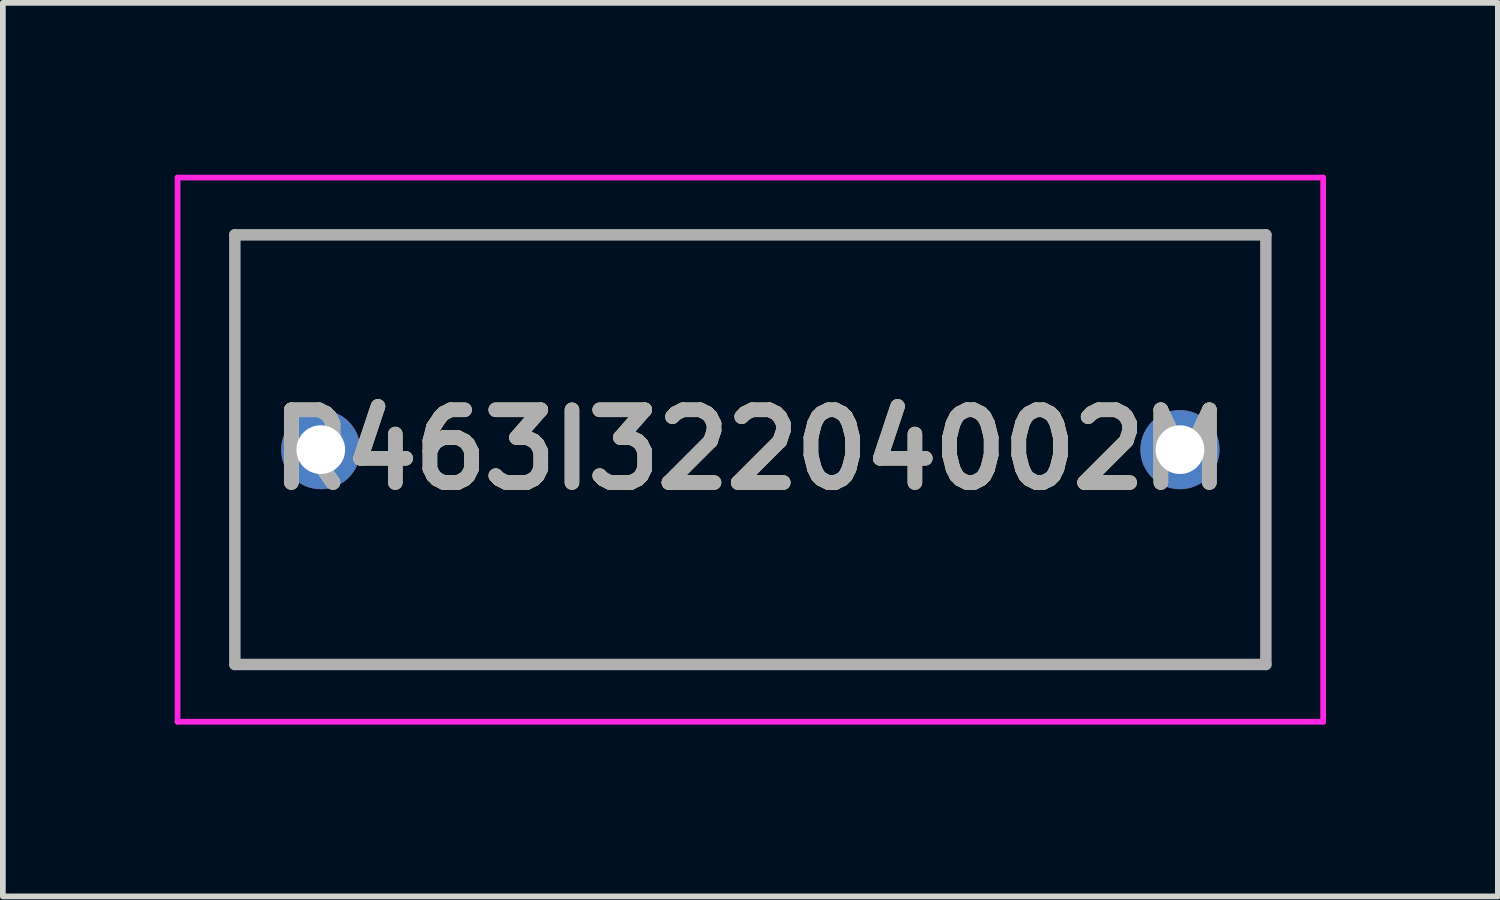
<source format=kicad_pcb>
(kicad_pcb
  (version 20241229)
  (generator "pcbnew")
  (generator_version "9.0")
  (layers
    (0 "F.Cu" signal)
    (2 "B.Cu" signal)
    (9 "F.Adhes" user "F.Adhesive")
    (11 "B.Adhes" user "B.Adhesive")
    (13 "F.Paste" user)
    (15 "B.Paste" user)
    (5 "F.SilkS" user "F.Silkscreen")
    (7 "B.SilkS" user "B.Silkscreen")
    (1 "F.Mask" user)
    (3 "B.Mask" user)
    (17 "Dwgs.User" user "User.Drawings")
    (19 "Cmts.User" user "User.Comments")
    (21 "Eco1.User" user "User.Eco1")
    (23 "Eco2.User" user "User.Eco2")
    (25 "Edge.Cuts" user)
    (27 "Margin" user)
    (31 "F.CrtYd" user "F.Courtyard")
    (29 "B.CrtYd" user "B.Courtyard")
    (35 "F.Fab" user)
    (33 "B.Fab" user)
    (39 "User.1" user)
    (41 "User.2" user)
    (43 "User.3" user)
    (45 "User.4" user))
  (footprint "R463I32204002M"
    (layer "F.Cu")
    (at 2.55 4.8)
    (property "Reference" "R463I32204002M" (at 7.5 0 0) (layer "F.SilkS") (effects (font (size 1.27 1.27) (thickness 0.254))))
    (attr through_hole)
    (fp_line (start -1.5 -3.75) (end 16.5 -3.75) (stroke (width 0.1) (type solid)) (layer "F.SilkS"))
    (fp_line (start -1.5 3.75) (end -1.5 -3.75) (stroke (width 0.1) (type solid)) (layer "F.SilkS"))
    (fp_line (start 16.5 -3.75) (end 16.5 3.75) (stroke (width 0.1) (type solid)) (layer "F.SilkS"))
    (fp_line (start 16.5 3.75) (end -1.5 3.75) (stroke (width 0.1) (type solid)) (layer "F.SilkS"))
    (fp_line (start -2.5 -4.75) (end 17.5 -4.75) (stroke (width 0.1) (type solid)) (layer "F.CrtYd"))
    (fp_line (start -2.5 4.75) (end -2.5 -4.75) (stroke (width 0.1) (type solid)) (layer "F.CrtYd"))
    (fp_line (start 17.5 -4.75) (end 17.5 4.75) (stroke (width 0.1) (type solid)) (layer "F.CrtYd"))
    (fp_line (start 17.5 4.75) (end -2.5 4.75) (stroke (width 0.1) (type solid)) (layer "F.CrtYd"))
    (fp_line (start -1.5 -3.75) (end 16.5 -3.75) (stroke (width 0.2) (type solid)) (layer "F.Fab"))
    (fp_line (start -1.5 3.75) (end -1.5 -3.75) (stroke (width 0.2) (type solid)) (layer "F.Fab"))
    (fp_line (start 16.5 -3.75) (end 16.5 3.75) (stroke (width 0.2) (type solid)) (layer "F.Fab"))
    (fp_line (start 16.5 3.75) (end -1.5 3.75) (stroke (width 0.2) (type solid)) (layer "F.Fab"))
    (fp_text user "${REFERENCE}" (at 7.5 0 0) (layer "F.Fab") (effects (font (size 1.27 1.27) (thickness 0.254))))
    (pad "1" thru_hole circle (at 0 0) (size 1.381 1.381) (drill 0.85) (layers "*.Cu" "*.Mask"))
    (pad "2" thru_hole circle (at 15 0) (size 1.381 1.381) (drill 0.85) (layers "*.Cu" "*.Mask")))
  (gr_rect
    (start -3 -3)
    (end 23.1 12.6)
    (stroke (width 0.1) (type default))
    (fill no)
    (layer "Edge.Cuts")))
</source>
